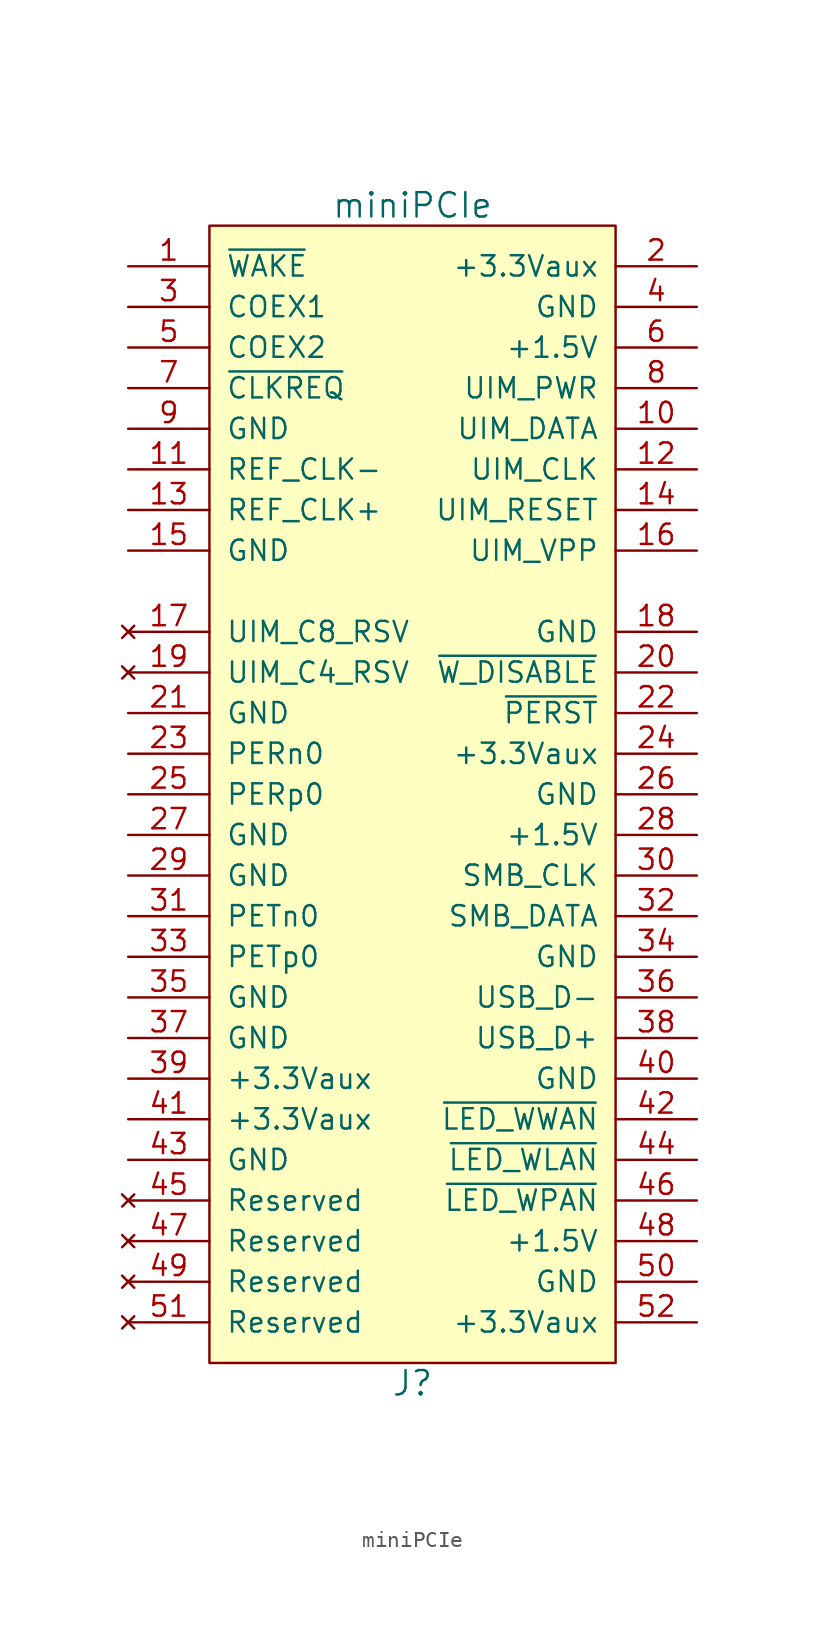
<source format=kicad_sym>
(kicad_symbol_lib
  (version 20211014)
  (generator kicad_symbol_editor)
  (symbol "miniPCIe"
    (pin_names
      (offset 1.016))
    (property "Reference" "J"
      (at 0 -38.1 0)
      (effects (font (size 1.524 1.524))))
    (property "Value" "miniPCIe"
      (at 0 35.56 0)
      (effects (font (size 1.524 1.524))))
    (symbol "miniPCIe_0_1"
      (rectangle (start -12.7 -36.83) (end 12.7 34.29) (stroke (width 0) (type default) (color 0 0 0 0)) (fill (type background))))
    (symbol "miniPCIe_1_1"
      (pin output line (at -17.78 31.75 0) (length 5.08) (name "~{WAKE}" (effects (font (size 1.27 1.27)))) (number "1" (effects (font (size 1.27 1.27)))))
      (pin bidirectional line (at 17.78 21.59 180) (length 5.08) (name "UIM_DATA" (effects (font (size 1.27 1.27)))) (number "10" (effects (font (size 1.27 1.27)))))
      (pin input line (at -17.78 19.05 0) (length 5.08) (name "REF_CLK-" (effects (font (size 1.27 1.27)))) (number "11" (effects (font (size 1.27 1.27)))))
      (pin output line (at 17.78 19.05 180) (length 5.08) (name "UIM_CLK" (effects (font (size 1.27 1.27)))) (number "12" (effects (font (size 1.27 1.27)))))
      (pin input line (at -17.78 16.51 0) (length 5.08) (name "REF_CLK+" (effects (font (size 1.27 1.27)))) (number "13" (effects (font (size 1.27 1.27)))))
      (pin output line (at 17.78 16.51 180) (length 5.08) (name "UIM_RESET" (effects (font (size 1.27 1.27)))) (number "14" (effects (font (size 1.27 1.27)))))
      (pin power_in line (at -17.78 13.97 0) (length 5.08) (name "GND" (effects (font (size 1.27 1.27)))) (number "15" (effects (font (size 1.27 1.27)))))
      (pin power_out line (at 17.78 13.97 180) (length 5.08) (name "UIM_VPP" (effects (font (size 1.27 1.27)))) (number "16" (effects (font (size 1.27 1.27)))))
      (pin no_connect line (at -17.78 8.89 0) (length 5.08) (name "UIM_C8_RSV" (effects (font (size 1.27 1.27)))) (number "17" (effects (font (size 1.27 1.27)))))
      (pin power_in line (at 17.78 8.89 180) (length 5.08) (name "GND" (effects (font (size 1.27 1.27)))) (number "18" (effects (font (size 1.27 1.27)))))
      (pin no_connect line (at -17.78 6.35 0) (length 5.08) (name "UIM_C4_RSV" (effects (font (size 1.27 1.27)))) (number "19" (effects (font (size 1.27 1.27)))))
      (pin power_in line (at 17.78 31.75 180) (length 5.08) (name "+3.3Vaux" (effects (font (size 1.27 1.27)))) (number "2" (effects (font (size 1.27 1.27)))))
      (pin input line (at 17.78 6.35 180) (length 5.08) (name "~{W_DISABLE}" (effects (font (size 1.27 1.27)))) (number "20" (effects (font (size 1.27 1.27)))))
      (pin power_in line (at -17.78 3.81 0) (length 5.08) (name "GND" (effects (font (size 1.27 1.27)))) (number "21" (effects (font (size 1.27 1.27)))))
      (pin input line (at 17.78 3.81 180) (length 5.08) (name "~{PERST}" (effects (font (size 1.27 1.27)))) (number "22" (effects (font (size 1.27 1.27)))))
      (pin bidirectional line (at -17.78 1.27 0) (length 5.08) (name "PERn0" (effects (font (size 1.27 1.27)))) (number "23" (effects (font (size 1.27 1.27)))))
      (pin power_in line (at 17.78 1.27 180) (length 5.08) (name "+3.3Vaux" (effects (font (size 1.27 1.27)))) (number "24" (effects (font (size 1.27 1.27)))))
      (pin bidirectional line (at -17.78 -1.27 0) (length 5.08) (name "PERp0" (effects (font (size 1.27 1.27)))) (number "25" (effects (font (size 1.27 1.27)))))
      (pin power_in line (at 17.78 -1.27 180) (length 5.08) (name "GND" (effects (font (size 1.27 1.27)))) (number "26" (effects (font (size 1.27 1.27)))))
      (pin power_in line (at -17.78 -3.81 0) (length 5.08) (name "GND" (effects (font (size 1.27 1.27)))) (number "27" (effects (font (size 1.27 1.27)))))
      (pin power_in line (at 17.78 -3.81 180) (length 5.08) (name "+1.5V" (effects (font (size 1.27 1.27)))) (number "28" (effects (font (size 1.27 1.27)))))
      (pin power_in line (at -17.78 -6.35 0) (length 5.08) (name "GND" (effects (font (size 1.27 1.27)))) (number "29" (effects (font (size 1.27 1.27)))))
      (pin unspecified line (at -17.78 29.21 0) (length 5.08) (name "COEX1" (effects (font (size 1.27 1.27)))) (number "3" (effects (font (size 1.27 1.27)))))
      (pin input line (at 17.78 -6.35 180) (length 5.08) (name "SMB_CLK" (effects (font (size 1.27 1.27)))) (number "30" (effects (font (size 1.27 1.27)))))
      (pin bidirectional line (at -17.78 -8.89 0) (length 5.08) (name "PETn0" (effects (font (size 1.27 1.27)))) (number "31" (effects (font (size 1.27 1.27)))))
      (pin bidirectional line (at 17.78 -8.89 180) (length 5.08) (name "SMB_DATA" (effects (font (size 1.27 1.27)))) (number "32" (effects (font (size 1.27 1.27)))))
      (pin bidirectional line (at -17.78 -11.43 0) (length 5.08) (name "PETp0" (effects (font (size 1.27 1.27)))) (number "33" (effects (font (size 1.27 1.27)))))
      (pin power_in line (at 17.78 -11.43 180) (length 5.08) (name "GND" (effects (font (size 1.27 1.27)))) (number "34" (effects (font (size 1.27 1.27)))))
      (pin power_in line (at -17.78 -13.97 0) (length 5.08) (name "GND" (effects (font (size 1.27 1.27)))) (number "35" (effects (font (size 1.27 1.27)))))
      (pin bidirectional line (at 17.78 -13.97 180) (length 5.08) (name "USB_D-" (effects (font (size 1.27 1.27)))) (number "36" (effects (font (size 1.27 1.27)))))
      (pin power_in line (at -17.78 -16.51 0) (length 5.08) (name "GND" (effects (font (size 1.27 1.27)))) (number "37" (effects (font (size 1.27 1.27)))))
      (pin bidirectional line (at 17.78 -16.51 180) (length 5.08) (name "USB_D+" (effects (font (size 1.27 1.27)))) (number "38" (effects (font (size 1.27 1.27)))))
      (pin power_in line (at -17.78 -19.05 0) (length 5.08) (name "+3.3Vaux" (effects (font (size 1.27 1.27)))) (number "39" (effects (font (size 1.27 1.27)))))
      (pin power_in line (at 17.78 29.21 180) (length 5.08) (name "GND" (effects (font (size 1.27 1.27)))) (number "4" (effects (font (size 1.27 1.27)))))
      (pin power_in line (at 17.78 -19.05 180) (length 5.08) (name "GND" (effects (font (size 1.27 1.27)))) (number "40" (effects (font (size 1.27 1.27)))))
      (pin power_in line (at -17.78 -21.59 0) (length 5.08) (name "+3.3Vaux" (effects (font (size 1.27 1.27)))) (number "41" (effects (font (size 1.27 1.27)))))
      (pin output line (at 17.78 -21.59 180) (length 5.08) (name "~{LED_WWAN}" (effects (font (size 1.27 1.27)))) (number "42" (effects (font (size 1.27 1.27)))))
      (pin power_in line (at -17.78 -24.13 0) (length 5.08) (name "GND" (effects (font (size 1.27 1.27)))) (number "43" (effects (font (size 1.27 1.27)))))
      (pin output line (at 17.78 -24.13 180) (length 5.08) (name "~{LED_WLAN}" (effects (font (size 1.27 1.27)))) (number "44" (effects (font (size 1.27 1.27)))))
      (pin no_connect line (at -17.78 -26.67 0) (length 5.08) (name "Reserved" (effects (font (size 1.27 1.27)))) (number "45" (effects (font (size 1.27 1.27)))))
      (pin output line (at 17.78 -26.67 180) (length 5.08) (name "~{LED_WPAN}" (effects (font (size 1.27 1.27)))) (number "46" (effects (font (size 1.27 1.27)))))
      (pin no_connect line (at -17.78 -29.21 0) (length 5.08) (name "Reserved" (effects (font (size 1.27 1.27)))) (number "47" (effects (font (size 1.27 1.27)))))
      (pin power_in line (at 17.78 -29.21 180) (length 5.08) (name "+1.5V" (effects (font (size 1.27 1.27)))) (number "48" (effects (font (size 1.27 1.27)))))
      (pin no_connect line (at -17.78 -31.75 0) (length 5.08) (name "Reserved" (effects (font (size 1.27 1.27)))) (number "49" (effects (font (size 1.27 1.27)))))
      (pin unspecified line (at -17.78 26.67 0) (length 5.08) (name "COEX2" (effects (font (size 1.27 1.27)))) (number "5" (effects (font (size 1.27 1.27)))))
      (pin power_in line (at 17.78 -31.75 180) (length 5.08) (name "GND" (effects (font (size 1.27 1.27)))) (number "50" (effects (font (size 1.27 1.27)))))
      (pin no_connect line (at -17.78 -34.29 0) (length 5.08) (name "Reserved" (effects (font (size 1.27 1.27)))) (number "51" (effects (font (size 1.27 1.27)))))
      (pin power_in line (at 17.78 -34.29 180) (length 5.08) (name "+3.3Vaux" (effects (font (size 1.27 1.27)))) (number "52" (effects (font (size 1.27 1.27)))))
      (pin power_in line (at 17.78 26.67 180) (length 5.08) (name "+1.5V" (effects (font (size 1.27 1.27)))) (number "6" (effects (font (size 1.27 1.27)))))
      (pin output line (at -17.78 24.13 0) (length 5.08) (name "~{CLKREQ}" (effects (font (size 1.27 1.27)))) (number "7" (effects (font (size 1.27 1.27)))))
      (pin power_out line (at 17.78 24.13 180) (length 5.08) (name "UIM_PWR" (effects (font (size 1.27 1.27)))) (number "8" (effects (font (size 1.27 1.27)))))
      (pin power_in line (at -17.78 21.59 0) (length 5.08) (name "GND" (effects (font (size 1.27 1.27)))) (number "9" (effects (font (size 1.27 1.27))))))))
</source>
